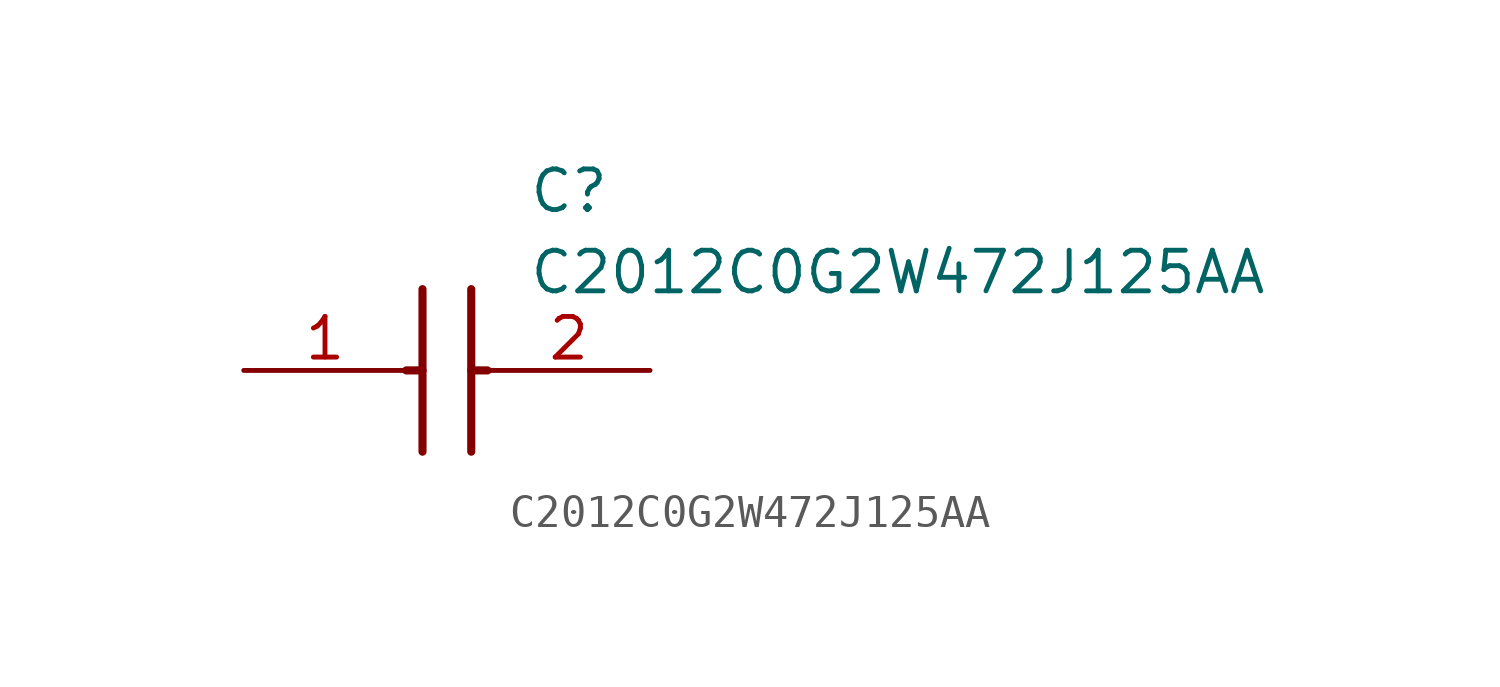
<source format=kicad_sym>
(kicad_symbol_lib
  (version 20211014)
  (generator SamacSys_ECAD_Model)
  (symbol "C2012C0G2W472J125AA"
    (pin_names hide)
    (property "Reference" "C"
      (at 8.89 6.35 0)
      (effects (font (size 1.27 1.27)) (justify left top)))
    (property "Value" "C2012C0G2W472J125AA"
      (at 8.89 3.81 0)
      (effects (font (size 1.27 1.27)) (justify left top)))
    (polyline
      (pts (xy 5.588 2.54) (xy 5.588 -2.54))
      (stroke (width 0.254) (type default))
      (fill (type none)))
    (polyline
      (pts (xy 7.112 2.54) (xy 7.112 -2.54))
      (stroke (width 0.254) (type default))
      (fill (type none)))
    (polyline
      (pts (xy 5.08 0) (xy 5.588 0))
      (stroke (width 0.254) (type default))
      (fill (type none)))
    (polyline
      (pts (xy 7.112 0) (xy 7.62 0))
      (stroke (width 0.254) (type default))
      (fill (type none)))
    (pin passive line
      (at 0 0 0)
      (length 5.08)
      (name "1" (effects (font (size 1.27 1.27))))
      (number "1" (effects (font (size 1.27 1.27)))))
    (pin passive line
      (at 12.7 0 180)
      (length 5.08)
      (name "2" (effects (font (size 1.27 1.27))))
      (number "2" (effects (font (size 1.27 1.27)))))))
</source>
